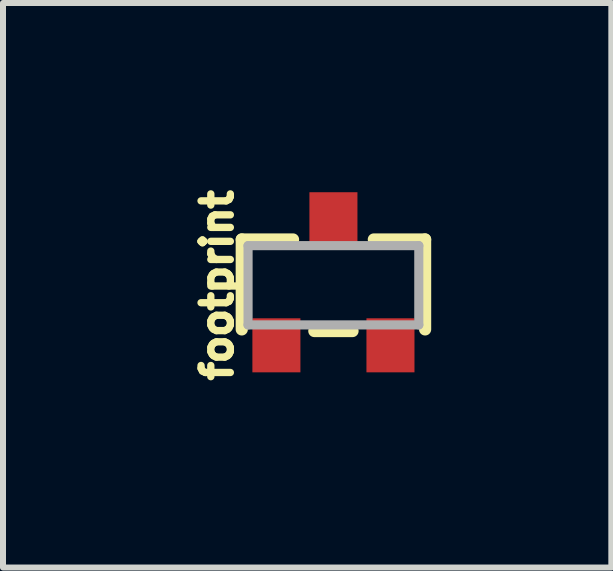
<source format=kicad_pcb>
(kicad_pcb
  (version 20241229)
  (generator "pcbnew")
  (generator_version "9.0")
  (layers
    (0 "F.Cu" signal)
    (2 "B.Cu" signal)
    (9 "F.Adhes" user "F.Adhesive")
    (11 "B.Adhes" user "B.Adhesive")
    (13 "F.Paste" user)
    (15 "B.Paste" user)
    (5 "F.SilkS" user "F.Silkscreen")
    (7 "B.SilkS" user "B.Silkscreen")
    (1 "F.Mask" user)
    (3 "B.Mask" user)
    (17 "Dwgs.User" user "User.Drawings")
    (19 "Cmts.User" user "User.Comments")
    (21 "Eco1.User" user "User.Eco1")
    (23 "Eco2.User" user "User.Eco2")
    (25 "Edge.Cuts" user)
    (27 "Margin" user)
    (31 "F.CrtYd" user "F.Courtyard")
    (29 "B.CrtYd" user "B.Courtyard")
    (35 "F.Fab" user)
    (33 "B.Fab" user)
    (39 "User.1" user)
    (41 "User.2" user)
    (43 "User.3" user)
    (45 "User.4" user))
  (footprint "footprint"
    (layer "F.Cu")
    (at 2.504 1.702)
    (property "Reference" "footprint" (at -1.651 0 90) (layer "F.SilkS") (effects (font (size 0.488 0.488) (thickness 0.122)) (justify bottom)))
    (fp_line (start -1.527 -0.763) (end -1.527 0.735) (stroke (width 0.203) (type solid)) (layer "F.SilkS"))
    (fp_line (start -0.673 -0.763) (end -1.527 -0.763) (stroke (width 0.203) (type solid)) (layer "F.SilkS"))
    (fp_line (start -0.318 0.762) (end 0.318 0.762) (stroke (width 0.203) (type solid)) (layer "F.SilkS"))
    (fp_line (start 0.673 -0.763) (end 1.527 -0.763) (stroke (width 0.203) (type solid)) (layer "F.SilkS"))
    (fp_line (start 1.527 -0.763) (end 1.527 0.735) (stroke (width 0.203) (type solid)) (layer "F.SilkS"))
    (fp_line (start -1.422 -0.66) (end 1.422 -0.66) (stroke (width 0.152) (type solid)) (layer "F.Fab"))
    (fp_line (start -1.422 0.66) (end -1.422 -0.66) (stroke (width 0.152) (type solid)) (layer "F.Fab"))
    (fp_line (start 1.422 -0.66) (end 1.422 0.66) (stroke (width 0.152) (type solid)) (layer "F.Fab"))
    (fp_line (start 1.422 0.66) (end -1.422 0.66) (stroke (width 0.152) (type solid)) (layer "F.Fab"))
    (pad "1" smd rect (at -0.95 1) (size 0.8 0.9) (layers "F.Cu" "F.Mask" "F.Paste"))
    (pad "2" smd rect (at 0.95 1) (size 0.8 0.9) (layers "F.Cu" "F.Mask" "F.Paste"))
    (pad "3" smd rect (at 0 -1.1) (size 0.8 0.9) (layers "F.Cu" "F.Mask" "F.Paste")))
  (gr_rect
    (start -3 -3)
    (end 7.133 6.403)
    (stroke (width 0.1) (type default))
    (fill no)
    (layer "Edge.Cuts")))
</source>
